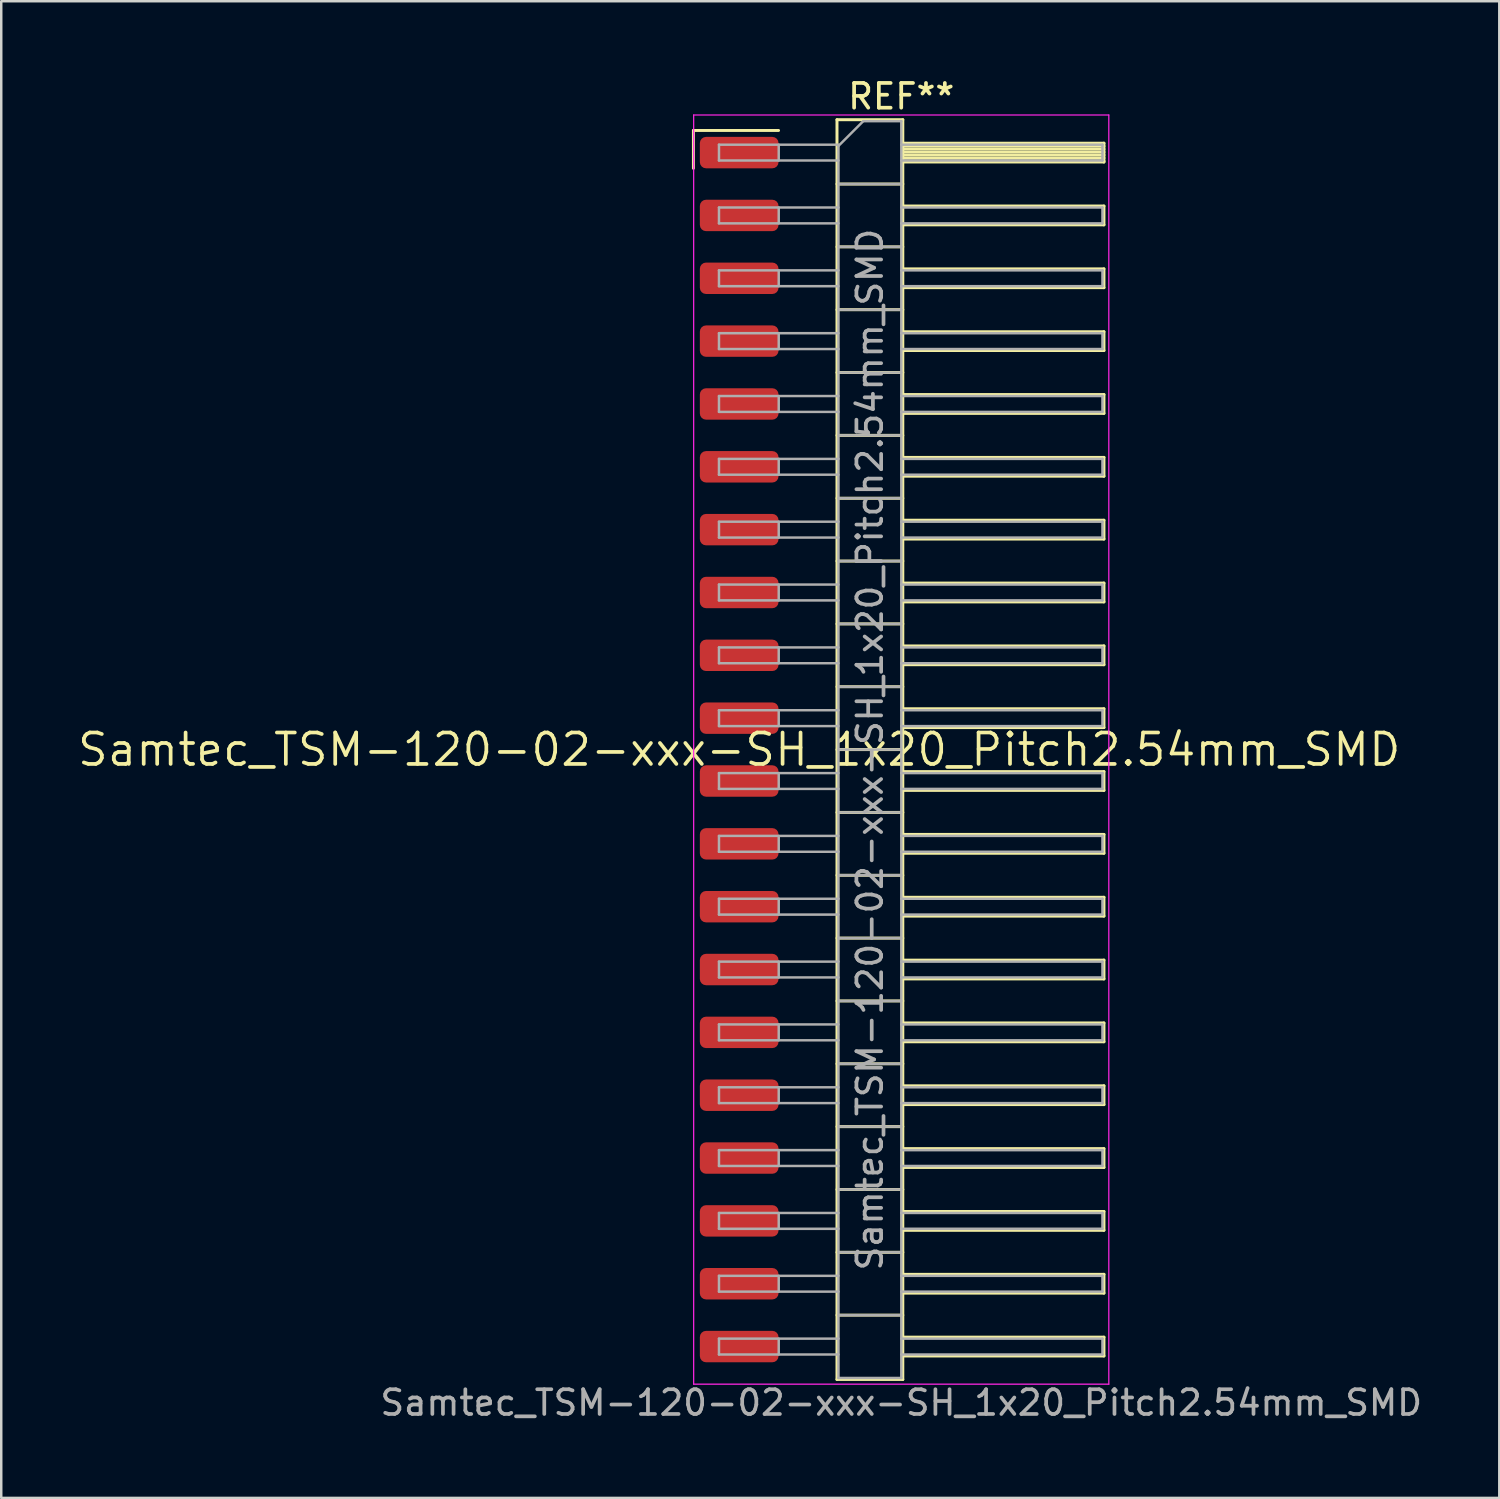
<source format=kicad_pcb>
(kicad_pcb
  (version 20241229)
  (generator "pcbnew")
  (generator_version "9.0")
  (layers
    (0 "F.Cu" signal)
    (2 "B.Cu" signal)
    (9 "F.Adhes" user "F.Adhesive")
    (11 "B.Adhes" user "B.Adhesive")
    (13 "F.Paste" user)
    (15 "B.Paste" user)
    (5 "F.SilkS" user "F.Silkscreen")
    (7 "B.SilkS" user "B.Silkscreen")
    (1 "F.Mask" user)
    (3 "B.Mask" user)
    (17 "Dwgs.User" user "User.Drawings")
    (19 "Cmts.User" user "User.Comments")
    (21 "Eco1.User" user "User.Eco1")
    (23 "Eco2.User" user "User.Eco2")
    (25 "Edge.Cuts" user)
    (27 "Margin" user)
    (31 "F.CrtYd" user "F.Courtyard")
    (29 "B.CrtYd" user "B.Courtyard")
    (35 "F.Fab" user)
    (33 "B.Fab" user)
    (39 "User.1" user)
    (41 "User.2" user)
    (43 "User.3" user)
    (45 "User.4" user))
  (footprint "Samtec_TSM-120-02-xxx-SH_1x20_Pitch2.54mm_SMD"
    (layer "F.Cu")
    (at 26.828 27.248)
    (property "Reference" "Samtec_TSM-120-02-xxx-SH_1x20_Pitch2.54mm_SMD" (at 0 0 0) (layer "F.SilkS") (effects (font (size 1.27 1.27) (thickness 0.15))))
    (attr smd)
    (fp_line (start -1.85 -25.025) (end 1.59 -25.025) (stroke (width 0.12) (type solid)) (layer "F.SilkS"))
    (fp_line (start -1.85 -23.495) (end -1.85 -25.025) (stroke (width 0.12) (type solid)) (layer "F.SilkS"))
    (fp_line (start 3.953 -25.46) (end 6.613 -25.46) (stroke (width 0.12) (type solid)) (layer "F.SilkS"))
    (fp_line (start 3.953 -22.86) (end 6.613 -22.86) (stroke (width 0.12) (type solid)) (layer "F.SilkS"))
    (fp_line (start 3.953 -20.32) (end 6.613 -20.32) (stroke (width 0.12) (type solid)) (layer "F.SilkS"))
    (fp_line (start 3.953 -17.78) (end 6.613 -17.78) (stroke (width 0.12) (type solid)) (layer "F.SilkS"))
    (fp_line (start 3.953 -15.24) (end 6.613 -15.24) (stroke (width 0.12) (type solid)) (layer "F.SilkS"))
    (fp_line (start 3.953 -12.7) (end 6.613 -12.7) (stroke (width 0.12) (type solid)) (layer "F.SilkS"))
    (fp_line (start 3.953 -10.16) (end 6.613 -10.16) (stroke (width 0.12) (type solid)) (layer "F.SilkS"))
    (fp_line (start 3.953 -7.62) (end 6.613 -7.62) (stroke (width 0.12) (type solid)) (layer "F.SilkS"))
    (fp_line (start 3.953 -5.08) (end 6.613 -5.08) (stroke (width 0.12) (type solid)) (layer "F.SilkS"))
    (fp_line (start 3.953 -2.54) (end 6.613 -2.54) (stroke (width 0.12) (type solid)) (layer "F.SilkS"))
    (fp_line (start 3.953 0) (end 6.613 0) (stroke (width 0.12) (type solid)) (layer "F.SilkS"))
    (fp_line (start 3.953 2.54) (end 6.613 2.54) (stroke (width 0.12) (type solid)) (layer "F.SilkS"))
    (fp_line (start 3.953 5.08) (end 6.613 5.08) (stroke (width 0.12) (type solid)) (layer "F.SilkS"))
    (fp_line (start 3.953 7.62) (end 6.613 7.62) (stroke (width 0.12) (type solid)) (layer "F.SilkS"))
    (fp_line (start 3.953 10.16) (end 6.613 10.16) (stroke (width 0.12) (type solid)) (layer "F.SilkS"))
    (fp_line (start 3.953 12.7) (end 6.613 12.7) (stroke (width 0.12) (type solid)) (layer "F.SilkS"))
    (fp_line (start 3.953 15.24) (end 6.613 15.24) (stroke (width 0.12) (type solid)) (layer "F.SilkS"))
    (fp_line (start 3.953 17.78) (end 6.613 17.78) (stroke (width 0.12) (type solid)) (layer "F.SilkS"))
    (fp_line (start 3.953 20.32) (end 6.613 20.32) (stroke (width 0.12) (type solid)) (layer "F.SilkS"))
    (fp_line (start 3.953 22.86) (end 6.613 22.86) (stroke (width 0.12) (type solid)) (layer "F.SilkS"))
    (fp_line (start 3.953 25.46) (end 3.953 -25.46) (stroke (width 0.12) (type solid)) (layer "F.SilkS"))
    (fp_line (start 6.613 -25.46) (end 6.613 25.46) (stroke (width 0.12) (type solid)) (layer "F.SilkS"))
    (fp_line (start 6.613 -24.51) (end 14.743 -24.51) (stroke (width 0.12) (type solid)) (layer "F.SilkS"))
    (fp_line (start 6.613 -24.39) (end 14.743 -24.39) (stroke (width 0.12) (type solid)) (layer "F.SilkS"))
    (fp_line (start 6.613 -24.27) (end 14.743 -24.27) (stroke (width 0.12) (type solid)) (layer "F.SilkS"))
    (fp_line (start 6.613 -24.15) (end 14.743 -24.15) (stroke (width 0.12) (type solid)) (layer "F.SilkS"))
    (fp_line (start 6.613 -24.03) (end 14.743 -24.03) (stroke (width 0.12) (type solid)) (layer "F.SilkS"))
    (fp_line (start 6.613 -23.91) (end 14.743 -23.91) (stroke (width 0.12) (type solid)) (layer "F.SilkS"))
    (fp_line (start 6.613 -23.79) (end 14.743 -23.79) (stroke (width 0.12) (type solid)) (layer "F.SilkS"))
    (fp_line (start 6.613 -23.75) (end 14.743 -23.75) (stroke (width 0.12) (type solid)) (layer "F.SilkS"))
    (fp_line (start 6.613 -21.97) (end 14.743 -21.97) (stroke (width 0.12) (type solid)) (layer "F.SilkS"))
    (fp_line (start 6.613 -21.21) (end 14.743 -21.21) (stroke (width 0.12) (type solid)) (layer "F.SilkS"))
    (fp_line (start 6.613 -19.43) (end 14.743 -19.43) (stroke (width 0.12) (type solid)) (layer "F.SilkS"))
    (fp_line (start 6.613 -18.67) (end 14.743 -18.67) (stroke (width 0.12) (type solid)) (layer "F.SilkS"))
    (fp_line (start 6.613 -16.89) (end 14.743 -16.89) (stroke (width 0.12) (type solid)) (layer "F.SilkS"))
    (fp_line (start 6.613 -16.13) (end 14.743 -16.13) (stroke (width 0.12) (type solid)) (layer "F.SilkS"))
    (fp_line (start 6.613 -14.35) (end 14.743 -14.35) (stroke (width 0.12) (type solid)) (layer "F.SilkS"))
    (fp_line (start 6.613 -13.59) (end 14.743 -13.59) (stroke (width 0.12) (type solid)) (layer "F.SilkS"))
    (fp_line (start 6.613 -11.81) (end 14.743 -11.81) (stroke (width 0.12) (type solid)) (layer "F.SilkS"))
    (fp_line (start 6.613 -11.05) (end 14.743 -11.05) (stroke (width 0.12) (type solid)) (layer "F.SilkS"))
    (fp_line (start 6.613 -9.27) (end 14.743 -9.27) (stroke (width 0.12) (type solid)) (layer "F.SilkS"))
    (fp_line (start 6.613 -8.51) (end 14.743 -8.51) (stroke (width 0.12) (type solid)) (layer "F.SilkS"))
    (fp_line (start 6.613 -6.73) (end 14.743 -6.73) (stroke (width 0.12) (type solid)) (layer "F.SilkS"))
    (fp_line (start 6.613 -5.97) (end 14.743 -5.97) (stroke (width 0.12) (type solid)) (layer "F.SilkS"))
    (fp_line (start 6.613 -4.19) (end 14.743 -4.19) (stroke (width 0.12) (type solid)) (layer "F.SilkS"))
    (fp_line (start 6.613 -3.43) (end 14.743 -3.43) (stroke (width 0.12) (type solid)) (layer "F.SilkS"))
    (fp_line (start 6.613 -1.65) (end 14.743 -1.65) (stroke (width 0.12) (type solid)) (layer "F.SilkS"))
    (fp_line (start 6.613 -0.89) (end 14.743 -0.89) (stroke (width 0.12) (type solid)) (layer "F.SilkS"))
    (fp_line (start 6.613 0.89) (end 14.743 0.89) (stroke (width 0.12) (type solid)) (layer "F.SilkS"))
    (fp_line (start 6.613 1.65) (end 14.743 1.65) (stroke (width 0.12) (type solid)) (layer "F.SilkS"))
    (fp_line (start 6.613 3.43) (end 14.743 3.43) (stroke (width 0.12) (type solid)) (layer "F.SilkS"))
    (fp_line (start 6.613 4.19) (end 14.743 4.19) (stroke (width 0.12) (type solid)) (layer "F.SilkS"))
    (fp_line (start 6.613 5.97) (end 14.743 5.97) (stroke (width 0.12) (type solid)) (layer "F.SilkS"))
    (fp_line (start 6.613 6.73) (end 14.743 6.73) (stroke (width 0.12) (type solid)) (layer "F.SilkS"))
    (fp_line (start 6.613 8.51) (end 14.743 8.51) (stroke (width 0.12) (type solid)) (layer "F.SilkS"))
    (fp_line (start 6.613 9.27) (end 14.743 9.27) (stroke (width 0.12) (type solid)) (layer "F.SilkS"))
    (fp_line (start 6.613 11.05) (end 14.743 11.05) (stroke (width 0.12) (type solid)) (layer "F.SilkS"))
    (fp_line (start 6.613 11.81) (end 14.743 11.81) (stroke (width 0.12) (type solid)) (layer "F.SilkS"))
    (fp_line (start 6.613 13.59) (end 14.743 13.59) (stroke (width 0.12) (type solid)) (layer "F.SilkS"))
    (fp_line (start 6.613 14.35) (end 14.743 14.35) (stroke (width 0.12) (type solid)) (layer "F.SilkS"))
    (fp_line (start 6.613 16.13) (end 14.743 16.13) (stroke (width 0.12) (type solid)) (layer "F.SilkS"))
    (fp_line (start 6.613 16.89) (end 14.743 16.89) (stroke (width 0.12) (type solid)) (layer "F.SilkS"))
    (fp_line (start 6.613 18.67) (end 14.743 18.67) (stroke (width 0.12) (type solid)) (layer "F.SilkS"))
    (fp_line (start 6.613 19.43) (end 14.743 19.43) (stroke (width 0.12) (type solid)) (layer "F.SilkS"))
    (fp_line (start 6.613 21.21) (end 14.743 21.21) (stroke (width 0.12) (type solid)) (layer "F.SilkS"))
    (fp_line (start 6.613 21.97) (end 14.743 21.97) (stroke (width 0.12) (type solid)) (layer "F.SilkS"))
    (fp_line (start 6.613 23.75) (end 14.743 23.75) (stroke (width 0.12) (type solid)) (layer "F.SilkS"))
    (fp_line (start 6.613 24.51) (end 14.743 24.51) (stroke (width 0.12) (type solid)) (layer "F.SilkS"))
    (fp_line (start 6.613 25.46) (end 3.953 25.46) (stroke (width 0.12) (type solid)) (layer "F.SilkS"))
    (fp_line (start 14.743 -24.51) (end 14.743 -23.75) (stroke (width 0.12) (type solid)) (layer "F.SilkS"))
    (fp_line (start 14.743 -21.97) (end 14.743 -21.21) (stroke (width 0.12) (type solid)) (layer "F.SilkS"))
    (fp_line (start 14.743 -19.43) (end 14.743 -18.67) (stroke (width 0.12) (type solid)) (layer "F.SilkS"))
    (fp_line (start 14.743 -16.89) (end 14.743 -16.13) (stroke (width 0.12) (type solid)) (layer "F.SilkS"))
    (fp_line (start 14.743 -14.35) (end 14.743 -13.59) (stroke (width 0.12) (type solid)) (layer "F.SilkS"))
    (fp_line (start 14.743 -11.81) (end 14.743 -11.05) (stroke (width 0.12) (type solid)) (layer "F.SilkS"))
    (fp_line (start 14.743 -9.27) (end 14.743 -8.51) (stroke (width 0.12) (type solid)) (layer "F.SilkS"))
    (fp_line (start 14.743 -6.73) (end 14.743 -5.97) (stroke (width 0.12) (type solid)) (layer "F.SilkS"))
    (fp_line (start 14.743 -4.19) (end 14.743 -3.43) (stroke (width 0.12) (type solid)) (layer "F.SilkS"))
    (fp_line (start 14.743 -1.65) (end 14.743 -0.89) (stroke (width 0.12) (type solid)) (layer "F.SilkS"))
    (fp_line (start 14.743 0.89) (end 14.743 1.65) (stroke (width 0.12) (type solid)) (layer "F.SilkS"))
    (fp_line (start 14.743 3.43) (end 14.743 4.19) (stroke (width 0.12) (type solid)) (layer "F.SilkS"))
    (fp_line (start 14.743 5.97) (end 14.743 6.73) (stroke (width 0.12) (type solid)) (layer "F.SilkS"))
    (fp_line (start 14.743 8.51) (end 14.743 9.27) (stroke (width 0.12) (type solid)) (layer "F.SilkS"))
    (fp_line (start 14.743 11.05) (end 14.743 11.81) (stroke (width 0.12) (type solid)) (layer "F.SilkS"))
    (fp_line (start 14.743 13.59) (end 14.743 14.35) (stroke (width 0.12) (type solid)) (layer "F.SilkS"))
    (fp_line (start 14.743 16.13) (end 14.743 16.89) (stroke (width 0.12) (type solid)) (layer "F.SilkS"))
    (fp_line (start 14.743 18.67) (end 14.743 19.43) (stroke (width 0.12) (type solid)) (layer "F.SilkS"))
    (fp_line (start 14.743 21.21) (end 14.743 21.97) (stroke (width 0.12) (type solid)) (layer "F.SilkS"))
    (fp_line (start 14.743 23.75) (end 14.743 24.51) (stroke (width 0.12) (type solid)) (layer "F.SilkS"))
    (fp_line (start -1.84 -25.65) (end 14.94 -25.65) (stroke (width 0.05) (type solid)) (layer "F.CrtYd"))
    (fp_line (start -1.84 25.65) (end -1.84 -25.65) (stroke (width 0.05) (type solid)) (layer "F.CrtYd"))
    (fp_line (start 14.94 -25.65) (end 14.94 25.65) (stroke (width 0.05) (type solid)) (layer "F.CrtYd"))
    (fp_line (start 14.94 25.65) (end -1.84 25.65) (stroke (width 0.05) (type solid)) (layer "F.CrtYd"))
    (fp_line (start -0.817 -24.45) (end -0.817 -23.81) (stroke (width 0.1) (type solid)) (layer "F.Fab"))
    (fp_line (start -0.817 -24.45) (end 4.013 -24.45) (stroke (width 0.1) (type solid)) (layer "F.Fab"))
    (fp_line (start -0.817 -23.81) (end 4.013 -23.81) (stroke (width 0.1) (type solid)) (layer "F.Fab"))
    (fp_line (start -0.817 -21.91) (end -0.817 -21.27) (stroke (width 0.1) (type solid)) (layer "F.Fab"))
    (fp_line (start -0.817 -21.91) (end 4.013 -21.91) (stroke (width 0.1) (type solid)) (layer "F.Fab"))
    (fp_line (start -0.817 -21.27) (end 4.013 -21.27) (stroke (width 0.1) (type solid)) (layer "F.Fab"))
    (fp_line (start -0.817 -19.37) (end -0.817 -18.73) (stroke (width 0.1) (type solid)) (layer "F.Fab"))
    (fp_line (start -0.817 -19.37) (end 4.013 -19.37) (stroke (width 0.1) (type solid)) (layer "F.Fab"))
    (fp_line (start -0.817 -18.73) (end 4.013 -18.73) (stroke (width 0.1) (type solid)) (layer "F.Fab"))
    (fp_line (start -0.817 -16.83) (end -0.817 -16.19) (stroke (width 0.1) (type solid)) (layer "F.Fab"))
    (fp_line (start -0.817 -16.83) (end 4.013 -16.83) (stroke (width 0.1) (type solid)) (layer "F.Fab"))
    (fp_line (start -0.817 -16.19) (end 4.013 -16.19) (stroke (width 0.1) (type solid)) (layer "F.Fab"))
    (fp_line (start -0.817 -14.29) (end -0.817 -13.65) (stroke (width 0.1) (type solid)) (layer "F.Fab"))
    (fp_line (start -0.817 -14.29) (end 4.013 -14.29) (stroke (width 0.1) (type solid)) (layer "F.Fab"))
    (fp_line (start -0.817 -13.65) (end 4.013 -13.65) (stroke (width 0.1) (type solid)) (layer "F.Fab"))
    (fp_line (start -0.817 -11.75) (end -0.817 -11.11) (stroke (width 0.1) (type solid)) (layer "F.Fab"))
    (fp_line (start -0.817 -11.75) (end 4.013 -11.75) (stroke (width 0.1) (type solid)) (layer "F.Fab"))
    (fp_line (start -0.817 -11.11) (end 4.013 -11.11) (stroke (width 0.1) (type solid)) (layer "F.Fab"))
    (fp_line (start -0.817 -9.21) (end -0.817 -8.57) (stroke (width 0.1) (type solid)) (layer "F.Fab"))
    (fp_line (start -0.817 -9.21) (end 4.013 -9.21) (stroke (width 0.1) (type solid)) (layer "F.Fab"))
    (fp_line (start -0.817 -8.57) (end 4.013 -8.57) (stroke (width 0.1) (type solid)) (layer "F.Fab"))
    (fp_line (start -0.817 -6.67) (end -0.817 -6.03) (stroke (width 0.1) (type solid)) (layer "F.Fab"))
    (fp_line (start -0.817 -6.67) (end 4.013 -6.67) (stroke (width 0.1) (type solid)) (layer "F.Fab"))
    (fp_line (start -0.817 -6.03) (end 4.013 -6.03) (stroke (width 0.1) (type solid)) (layer "F.Fab"))
    (fp_line (start -0.817 -4.13) (end -0.817 -3.49) (stroke (width 0.1) (type solid)) (layer "F.Fab"))
    (fp_line (start -0.817 -4.13) (end 4.013 -4.13) (stroke (width 0.1) (type solid)) (layer "F.Fab"))
    (fp_line (start -0.817 -3.49) (end 4.013 -3.49) (stroke (width 0.1) (type solid)) (layer "F.Fab"))
    (fp_line (start -0.817 -1.59) (end -0.817 -0.95) (stroke (width 0.1) (type solid)) (layer "F.Fab"))
    (fp_line (start -0.817 -1.59) (end 4.013 -1.59) (stroke (width 0.1) (type solid)) (layer "F.Fab"))
    (fp_line (start -0.817 -0.95) (end 4.013 -0.95) (stroke (width 0.1) (type solid)) (layer "F.Fab"))
    (fp_line (start -0.817 0.95) (end -0.817 1.59) (stroke (width 0.1) (type solid)) (layer "F.Fab"))
    (fp_line (start -0.817 0.95) (end 4.013 0.95) (stroke (width 0.1) (type solid)) (layer "F.Fab"))
    (fp_line (start -0.817 1.59) (end 4.013 1.59) (stroke (width 0.1) (type solid)) (layer "F.Fab"))
    (fp_line (start -0.817 3.49) (end -0.817 4.13) (stroke (width 0.1) (type solid)) (layer "F.Fab"))
    (fp_line (start -0.817 3.49) (end 4.013 3.49) (stroke (width 0.1) (type solid)) (layer "F.Fab"))
    (fp_line (start -0.817 4.13) (end 4.013 4.13) (stroke (width 0.1) (type solid)) (layer "F.Fab"))
    (fp_line (start -0.817 6.03) (end -0.817 6.67) (stroke (width 0.1) (type solid)) (layer "F.Fab"))
    (fp_line (start -0.817 6.03) (end 4.013 6.03) (stroke (width 0.1) (type solid)) (layer "F.Fab"))
    (fp_line (start -0.817 6.67) (end 4.013 6.67) (stroke (width 0.1) (type solid)) (layer "F.Fab"))
    (fp_line (start -0.817 8.57) (end -0.817 9.21) (stroke (width 0.1) (type solid)) (layer "F.Fab"))
    (fp_line (start -0.817 8.57) (end 4.013 8.57) (stroke (width 0.1) (type solid)) (layer "F.Fab"))
    (fp_line (start -0.817 9.21) (end 4.013 9.21) (stroke (width 0.1) (type solid)) (layer "F.Fab"))
    (fp_line (start -0.817 11.11) (end -0.817 11.75) (stroke (width 0.1) (type solid)) (layer "F.Fab"))
    (fp_line (start -0.817 11.11) (end 4.013 11.11) (stroke (width 0.1) (type solid)) (layer "F.Fab"))
    (fp_line (start -0.817 11.75) (end 4.013 11.75) (stroke (width 0.1) (type solid)) (layer "F.Fab"))
    (fp_line (start -0.817 13.65) (end -0.817 14.29) (stroke (width 0.1) (type solid)) (layer "F.Fab"))
    (fp_line (start -0.817 13.65) (end 4.013 13.65) (stroke (width 0.1) (type solid)) (layer "F.Fab"))
    (fp_line (start -0.817 14.29) (end 4.013 14.29) (stroke (width 0.1) (type solid)) (layer "F.Fab"))
    (fp_line (start -0.817 16.19) (end -0.817 16.83) (stroke (width 0.1) (type solid)) (layer "F.Fab"))
    (fp_line (start -0.817 16.19) (end 4.013 16.19) (stroke (width 0.1) (type solid)) (layer "F.Fab"))
    (fp_line (start -0.817 16.83) (end 4.013 16.83) (stroke (width 0.1) (type solid)) (layer "F.Fab"))
    (fp_line (start -0.817 18.73) (end -0.817 19.37) (stroke (width 0.1) (type solid)) (layer "F.Fab"))
    (fp_line (start -0.817 18.73) (end 4.013 18.73) (stroke (width 0.1) (type solid)) (layer "F.Fab"))
    (fp_line (start -0.817 19.37) (end 4.013 19.37) (stroke (width 0.1) (type solid)) (layer "F.Fab"))
    (fp_line (start -0.817 21.27) (end -0.817 21.91) (stroke (width 0.1) (type solid)) (layer "F.Fab"))
    (fp_line (start -0.817 21.27) (end 4.013 21.27) (stroke (width 0.1) (type solid)) (layer "F.Fab"))
    (fp_line (start -0.817 21.91) (end 4.013 21.91) (stroke (width 0.1) (type solid)) (layer "F.Fab"))
    (fp_line (start -0.817 23.81) (end -0.817 24.45) (stroke (width 0.1) (type solid)) (layer "F.Fab"))
    (fp_line (start -0.817 23.81) (end 4.013 23.81) (stroke (width 0.1) (type solid)) (layer "F.Fab"))
    (fp_line (start -0.817 24.45) (end 4.013 24.45) (stroke (width 0.1) (type solid)) (layer "F.Fab"))
    (fp_line (start 1.598 -24.45) (end 1.598 -23.81) (stroke (width 0.1) (type solid)) (layer "F.Fab"))
    (fp_line (start 1.598 -21.91) (end 1.598 -21.27) (stroke (width 0.1) (type solid)) (layer "F.Fab"))
    (fp_line (start 1.598 -19.37) (end 1.598 -18.73) (stroke (width 0.1) (type solid)) (layer "F.Fab"))
    (fp_line (start 1.598 -16.83) (end 1.598 -16.19) (stroke (width 0.1) (type solid)) (layer "F.Fab"))
    (fp_line (start 1.598 -14.29) (end 1.598 -13.65) (stroke (width 0.1) (type solid)) (layer "F.Fab"))
    (fp_line (start 1.598 -11.75) (end 1.598 -11.11) (stroke (width 0.1) (type solid)) (layer "F.Fab"))
    (fp_line (start 1.598 -9.21) (end 1.598 -8.57) (stroke (width 0.1) (type solid)) (layer "F.Fab"))
    (fp_line (start 1.598 -6.67) (end 1.598 -6.03) (stroke (width 0.1) (type solid)) (layer "F.Fab"))
    (fp_line (start 1.598 -4.13) (end 1.598 -3.49) (stroke (width 0.1) (type solid)) (layer "F.Fab"))
    (fp_line (start 1.598 -1.59) (end 1.598 -0.95) (stroke (width 0.1) (type solid)) (layer "F.Fab"))
    (fp_line (start 1.598 0.95) (end 1.598 1.59) (stroke (width 0.1) (type solid)) (layer "F.Fab"))
    (fp_line (start 1.598 3.49) (end 1.598 4.13) (stroke (width 0.1) (type solid)) (layer "F.Fab"))
    (fp_line (start 1.598 6.03) (end 1.598 6.67) (stroke (width 0.1) (type solid)) (layer "F.Fab"))
    (fp_line (start 1.598 8.57) (end 1.598 9.21) (stroke (width 0.1) (type solid)) (layer "F.Fab"))
    (fp_line (start 1.598 11.11) (end 1.598 11.75) (stroke (width 0.1) (type solid)) (layer "F.Fab"))
    (fp_line (start 1.598 13.65) (end 1.598 14.29) (stroke (width 0.1) (type solid)) (layer "F.Fab"))
    (fp_line (start 1.598 16.19) (end 1.598 16.83) (stroke (width 0.1) (type solid)) (layer "F.Fab"))
    (fp_line (start 1.598 18.73) (end 1.598 19.37) (stroke (width 0.1) (type solid)) (layer "F.Fab"))
    (fp_line (start 1.598 21.27) (end 1.598 21.91) (stroke (width 0.1) (type solid)) (layer "F.Fab"))
    (fp_line (start 1.598 23.81) (end 1.598 24.45) (stroke (width 0.1) (type solid)) (layer "F.Fab"))
    (fp_line (start 4.013 -24.4) (end 5.013 -25.4) (stroke (width 0.1) (type solid)) (layer "F.Fab"))
    (fp_line (start 4.013 -22.86) (end 6.553 -22.86) (stroke (width 0.1) (type solid)) (layer "F.Fab"))
    (fp_line (start 4.013 -20.32) (end 6.553 -20.32) (stroke (width 0.1) (type solid)) (layer "F.Fab"))
    (fp_line (start 4.013 -17.78) (end 6.553 -17.78) (stroke (width 0.1) (type solid)) (layer "F.Fab"))
    (fp_line (start 4.013 -15.24) (end 6.553 -15.24) (stroke (width 0.1) (type solid)) (layer "F.Fab"))
    (fp_line (start 4.013 -12.7) (end 6.553 -12.7) (stroke (width 0.1) (type solid)) (layer "F.Fab"))
    (fp_line (start 4.013 -10.16) (end 6.553 -10.16) (stroke (width 0.1) (type solid)) (layer "F.Fab"))
    (fp_line (start 4.013 -7.62) (end 6.553 -7.62) (stroke (width 0.1) (type solid)) (layer "F.Fab"))
    (fp_line (start 4.013 -5.08) (end 6.553 -5.08) (stroke (width 0.1) (type solid)) (layer "F.Fab"))
    (fp_line (start 4.013 -2.54) (end 6.553 -2.54) (stroke (width 0.1) (type solid)) (layer "F.Fab"))
    (fp_line (start 4.013 0) (end 6.553 0) (stroke (width 0.1) (type solid)) (layer "F.Fab"))
    (fp_line (start 4.013 2.54) (end 6.553 2.54) (stroke (width 0.1) (type solid)) (layer "F.Fab"))
    (fp_line (start 4.013 5.08) (end 6.553 5.08) (stroke (width 0.1) (type solid)) (layer "F.Fab"))
    (fp_line (start 4.013 7.62) (end 6.553 7.62) (stroke (width 0.1) (type solid)) (layer "F.Fab"))
    (fp_line (start 4.013 10.16) (end 6.553 10.16) (stroke (width 0.1) (type solid)) (layer "F.Fab"))
    (fp_line (start 4.013 12.7) (end 6.553 12.7) (stroke (width 0.1) (type solid)) (layer "F.Fab"))
    (fp_line (start 4.013 15.24) (end 6.553 15.24) (stroke (width 0.1) (type solid)) (layer "F.Fab"))
    (fp_line (start 4.013 17.78) (end 6.553 17.78) (stroke (width 0.1) (type solid)) (layer "F.Fab"))
    (fp_line (start 4.013 20.32) (end 6.553 20.32) (stroke (width 0.1) (type solid)) (layer "F.Fab"))
    (fp_line (start 4.013 22.86) (end 6.553 22.86) (stroke (width 0.1) (type solid)) (layer "F.Fab"))
    (fp_line (start 4.013 25.4) (end 4.013 -24.4) (stroke (width 0.1) (type solid)) (layer "F.Fab"))
    (fp_line (start 5.013 -25.4) (end 6.553 -25.4) (stroke (width 0.1) (type solid)) (layer "F.Fab"))
    (fp_line (start 6.553 -25.4) (end 6.553 25.4) (stroke (width 0.1) (type solid)) (layer "F.Fab"))
    (fp_line (start 6.553 -24.45) (end 14.683 -24.45) (stroke (width 0.1) (type solid)) (layer "F.Fab"))
    (fp_line (start 6.553 -23.81) (end 14.683 -23.81) (stroke (width 0.1) (type solid)) (layer "F.Fab"))
    (fp_line (start 6.553 -21.91) (end 14.683 -21.91) (stroke (width 0.1) (type solid)) (layer "F.Fab"))
    (fp_line (start 6.553 -21.27) (end 14.683 -21.27) (stroke (width 0.1) (type solid)) (layer "F.Fab"))
    (fp_line (start 6.553 -19.37) (end 14.683 -19.37) (stroke (width 0.1) (type solid)) (layer "F.Fab"))
    (fp_line (start 6.553 -18.73) (end 14.683 -18.73) (stroke (width 0.1) (type solid)) (layer "F.Fab"))
    (fp_line (start 6.553 -16.83) (end 14.683 -16.83) (stroke (width 0.1) (type solid)) (layer "F.Fab"))
    (fp_line (start 6.553 -16.19) (end 14.683 -16.19) (stroke (width 0.1) (type solid)) (layer "F.Fab"))
    (fp_line (start 6.553 -14.29) (end 14.683 -14.29) (stroke (width 0.1) (type solid)) (layer "F.Fab"))
    (fp_line (start 6.553 -13.65) (end 14.683 -13.65) (stroke (width 0.1) (type solid)) (layer "F.Fab"))
    (fp_line (start 6.553 -11.75) (end 14.683 -11.75) (stroke (width 0.1) (type solid)) (layer "F.Fab"))
    (fp_line (start 6.553 -11.11) (end 14.683 -11.11) (stroke (width 0.1) (type solid)) (layer "F.Fab"))
    (fp_line (start 6.553 -9.21) (end 14.683 -9.21) (stroke (width 0.1) (type solid)) (layer "F.Fab"))
    (fp_line (start 6.553 -8.57) (end 14.683 -8.57) (stroke (width 0.1) (type solid)) (layer "F.Fab"))
    (fp_line (start 6.553 -6.67) (end 14.683 -6.67) (stroke (width 0.1) (type solid)) (layer "F.Fab"))
    (fp_line (start 6.553 -6.03) (end 14.683 -6.03) (stroke (width 0.1) (type solid)) (layer "F.Fab"))
    (fp_line (start 6.553 -4.13) (end 14.683 -4.13) (stroke (width 0.1) (type solid)) (layer "F.Fab"))
    (fp_line (start 6.553 -3.49) (end 14.683 -3.49) (stroke (width 0.1) (type solid)) (layer "F.Fab"))
    (fp_line (start 6.553 -1.59) (end 14.683 -1.59) (stroke (width 0.1) (type solid)) (layer "F.Fab"))
    (fp_line (start 6.553 -0.95) (end 14.683 -0.95) (stroke (width 0.1) (type solid)) (layer "F.Fab"))
    (fp_line (start 6.553 0.95) (end 14.683 0.95) (stroke (width 0.1) (type solid)) (layer "F.Fab"))
    (fp_line (start 6.553 1.59) (end 14.683 1.59) (stroke (width 0.1) (type solid)) (layer "F.Fab"))
    (fp_line (start 6.553 3.49) (end 14.683 3.49) (stroke (width 0.1) (type solid)) (layer "F.Fab"))
    (fp_line (start 6.553 4.13) (end 14.683 4.13) (stroke (width 0.1) (type solid)) (layer "F.Fab"))
    (fp_line (start 6.553 6.03) (end 14.683 6.03) (stroke (width 0.1) (type solid)) (layer "F.Fab"))
    (fp_line (start 6.553 6.67) (end 14.683 6.67) (stroke (width 0.1) (type solid)) (layer "F.Fab"))
    (fp_line (start 6.553 8.57) (end 14.683 8.57) (stroke (width 0.1) (type solid)) (layer "F.Fab"))
    (fp_line (start 6.553 9.21) (end 14.683 9.21) (stroke (width 0.1) (type solid)) (layer "F.Fab"))
    (fp_line (start 6.553 11.11) (end 14.683 11.11) (stroke (width 0.1) (type solid)) (layer "F.Fab"))
    (fp_line (start 6.553 11.75) (end 14.683 11.75) (stroke (width 0.1) (type solid)) (layer "F.Fab"))
    (fp_line (start 6.553 13.65) (end 14.683 13.65) (stroke (width 0.1) (type solid)) (layer "F.Fab"))
    (fp_line (start 6.553 14.29) (end 14.683 14.29) (stroke (width 0.1) (type solid)) (layer "F.Fab"))
    (fp_line (start 6.553 16.19) (end 14.683 16.19) (stroke (width 0.1) (type solid)) (layer "F.Fab"))
    (fp_line (start 6.553 16.83) (end 14.683 16.83) (stroke (width 0.1) (type solid)) (layer "F.Fab"))
    (fp_line (start 6.553 18.73) (end 14.683 18.73) (stroke (width 0.1) (type solid)) (layer "F.Fab"))
    (fp_line (start 6.553 19.37) (end 14.683 19.37) (stroke (width 0.1) (type solid)) (layer "F.Fab"))
    (fp_line (start 6.553 21.27) (end 14.683 21.27) (stroke (width 0.1) (type solid)) (layer "F.Fab"))
    (fp_line (start 6.553 21.91) (end 14.683 21.91) (stroke (width 0.1) (type solid)) (layer "F.Fab"))
    (fp_line (start 6.553 23.81) (end 14.683 23.81) (stroke (width 0.1) (type solid)) (layer "F.Fab"))
    (fp_line (start 6.553 24.45) (end 14.683 24.45) (stroke (width 0.1) (type solid)) (layer "F.Fab"))
    (fp_line (start 6.553 25.4) (end 4.013 25.4) (stroke (width 0.1) (type solid)) (layer "F.Fab"))
    (fp_line (start 14.683 -24.45) (end 14.683 -23.81) (stroke (width 0.1) (type solid)) (layer "F.Fab"))
    (fp_line (start 14.683 -21.91) (end 14.683 -21.27) (stroke (width 0.1) (type solid)) (layer "F.Fab"))
    (fp_line (start 14.683 -19.37) (end 14.683 -18.73) (stroke (width 0.1) (type solid)) (layer "F.Fab"))
    (fp_line (start 14.683 -16.83) (end 14.683 -16.19) (stroke (width 0.1) (type solid)) (layer "F.Fab"))
    (fp_line (start 14.683 -14.29) (end 14.683 -13.65) (stroke (width 0.1) (type solid)) (layer "F.Fab"))
    (fp_line (start 14.683 -11.75) (end 14.683 -11.11) (stroke (width 0.1) (type solid)) (layer "F.Fab"))
    (fp_line (start 14.683 -9.21) (end 14.683 -8.57) (stroke (width 0.1) (type solid)) (layer "F.Fab"))
    (fp_line (start 14.683 -6.67) (end 14.683 -6.03) (stroke (width 0.1) (type solid)) (layer "F.Fab"))
    (fp_line (start 14.683 -4.13) (end 14.683 -3.49) (stroke (width 0.1) (type solid)) (layer "F.Fab"))
    (fp_line (start 14.683 -1.59) (end 14.683 -0.95) (stroke (width 0.1) (type solid)) (layer "F.Fab"))
    (fp_line (start 14.683 0.95) (end 14.683 1.59) (stroke (width 0.1) (type solid)) (layer "F.Fab"))
    (fp_line (start 14.683 3.49) (end 14.683 4.13) (stroke (width 0.1) (type solid)) (layer "F.Fab"))
    (fp_line (start 14.683 6.03) (end 14.683 6.67) (stroke (width 0.1) (type solid)) (layer "F.Fab"))
    (fp_line (start 14.683 8.57) (end 14.683 9.21) (stroke (width 0.1) (type solid)) (layer "F.Fab"))
    (fp_line (start 14.683 11.11) (end 14.683 11.75) (stroke (width 0.1) (type solid)) (layer "F.Fab"))
    (fp_line (start 14.683 13.65) (end 14.683 14.29) (stroke (width 0.1) (type solid)) (layer "F.Fab"))
    (fp_line (start 14.683 16.19) (end 14.683 16.83) (stroke (width 0.1) (type solid)) (layer "F.Fab"))
    (fp_line (start 14.683 18.73) (end 14.683 19.37) (stroke (width 0.1) (type solid)) (layer "F.Fab"))
    (fp_line (start 14.683 21.27) (end 14.683 21.91) (stroke (width 0.1) (type solid)) (layer "F.Fab"))
    (fp_line (start 14.683 23.81) (end 14.683 24.45) (stroke (width 0.1) (type solid)) (layer "F.Fab"))
    (fp_text user "REF**" (at 6.55 -26.4 0) (layer "F.SilkS") (effects (font (size 1 1) (thickness 0.15))))
    (fp_text user "${REFERENCE}" (at 5.283 0 90) (layer "F.Fab") (effects (font (size 1 1) (thickness 0.15))))
    (fp_text user "Samtec_TSM-120-02-xxx-SH_1x20_Pitch2.54mm_SMD" (at 6.55 26.4 0) (layer "F.Fab") (effects (font (size 1 1) (thickness 0.15))))
    (pad "1" smd roundrect (at 0 -24.13) (size 3.18 1.27) (layers "F.Cu" "F.Mask" "F.Paste") (roundrect_rratio 0.197))
    (pad "2" smd roundrect (at 0 -21.59) (size 3.18 1.27) (layers "F.Cu" "F.Mask" "F.Paste") (roundrect_rratio 0.197))
    (pad "3" smd roundrect (at 0 -19.05) (size 3.18 1.27) (layers "F.Cu" "F.Mask" "F.Paste") (roundrect_rratio 0.197))
    (pad "4" smd roundrect (at 0 -16.51) (size 3.18 1.27) (layers "F.Cu" "F.Mask" "F.Paste") (roundrect_rratio 0.197))
    (pad "5" smd roundrect (at 0 -13.97) (size 3.18 1.27) (layers "F.Cu" "F.Mask" "F.Paste") (roundrect_rratio 0.197))
    (pad "6" smd roundrect (at 0 -11.43) (size 3.18 1.27) (layers "F.Cu" "F.Mask" "F.Paste") (roundrect_rratio 0.197))
    (pad "7" smd roundrect (at 0 -8.89) (size 3.18 1.27) (layers "F.Cu" "F.Mask" "F.Paste") (roundrect_rratio 0.197))
    (pad "8" smd roundrect (at 0 -6.35) (size 3.18 1.27) (layers "F.Cu" "F.Mask" "F.Paste") (roundrect_rratio 0.197))
    (pad "9" smd roundrect (at 0 -3.81) (size 3.18 1.27) (layers "F.Cu" "F.Mask" "F.Paste") (roundrect_rratio 0.197))
    (pad "10" smd roundrect (at 0 -1.27) (size 3.18 1.27) (layers "F.Cu" "F.Mask" "F.Paste") (roundrect_rratio 0.197))
    (pad "11" smd roundrect (at 0 1.27) (size 3.18 1.27) (layers "F.Cu" "F.Mask" "F.Paste") (roundrect_rratio 0.197))
    (pad "12" smd roundrect (at 0 3.81) (size 3.18 1.27) (layers "F.Cu" "F.Mask" "F.Paste") (roundrect_rratio 0.197))
    (pad "13" smd roundrect (at 0 6.35) (size 3.18 1.27) (layers "F.Cu" "F.Mask" "F.Paste") (roundrect_rratio 0.197))
    (pad "14" smd roundrect (at 0 8.89) (size 3.18 1.27) (layers "F.Cu" "F.Mask" "F.Paste") (roundrect_rratio 0.197))
    (pad "15" smd roundrect (at 0 11.43) (size 3.18 1.27) (layers "F.Cu" "F.Mask" "F.Paste") (roundrect_rratio 0.197))
    (pad "16" smd roundrect (at 0 13.97) (size 3.18 1.27) (layers "F.Cu" "F.Mask" "F.Paste") (roundrect_rratio 0.197))
    (pad "17" smd roundrect (at 0 16.51) (size 3.18 1.27) (layers "F.Cu" "F.Mask" "F.Paste") (roundrect_rratio 0.197))
    (pad "18" smd roundrect (at 0 19.05) (size 3.18 1.27) (layers "F.Cu" "F.Mask" "F.Paste") (roundrect_rratio 0.197))
    (pad "19" smd roundrect (at 0 21.59) (size 3.18 1.27) (layers "F.Cu" "F.Mask" "F.Paste") (roundrect_rratio 0.197))
    (pad "20" smd roundrect (at 0 24.13) (size 3.18 1.27) (layers "F.Cu" "F.Mask" "F.Paste") (roundrect_rratio 0.197)))
  (gr_rect
    (start -3 -3)
    (end 57.551 57.496)
    (stroke (width 0.1) (type default))
    (fill no)
    (layer "Edge.Cuts")))
</source>
